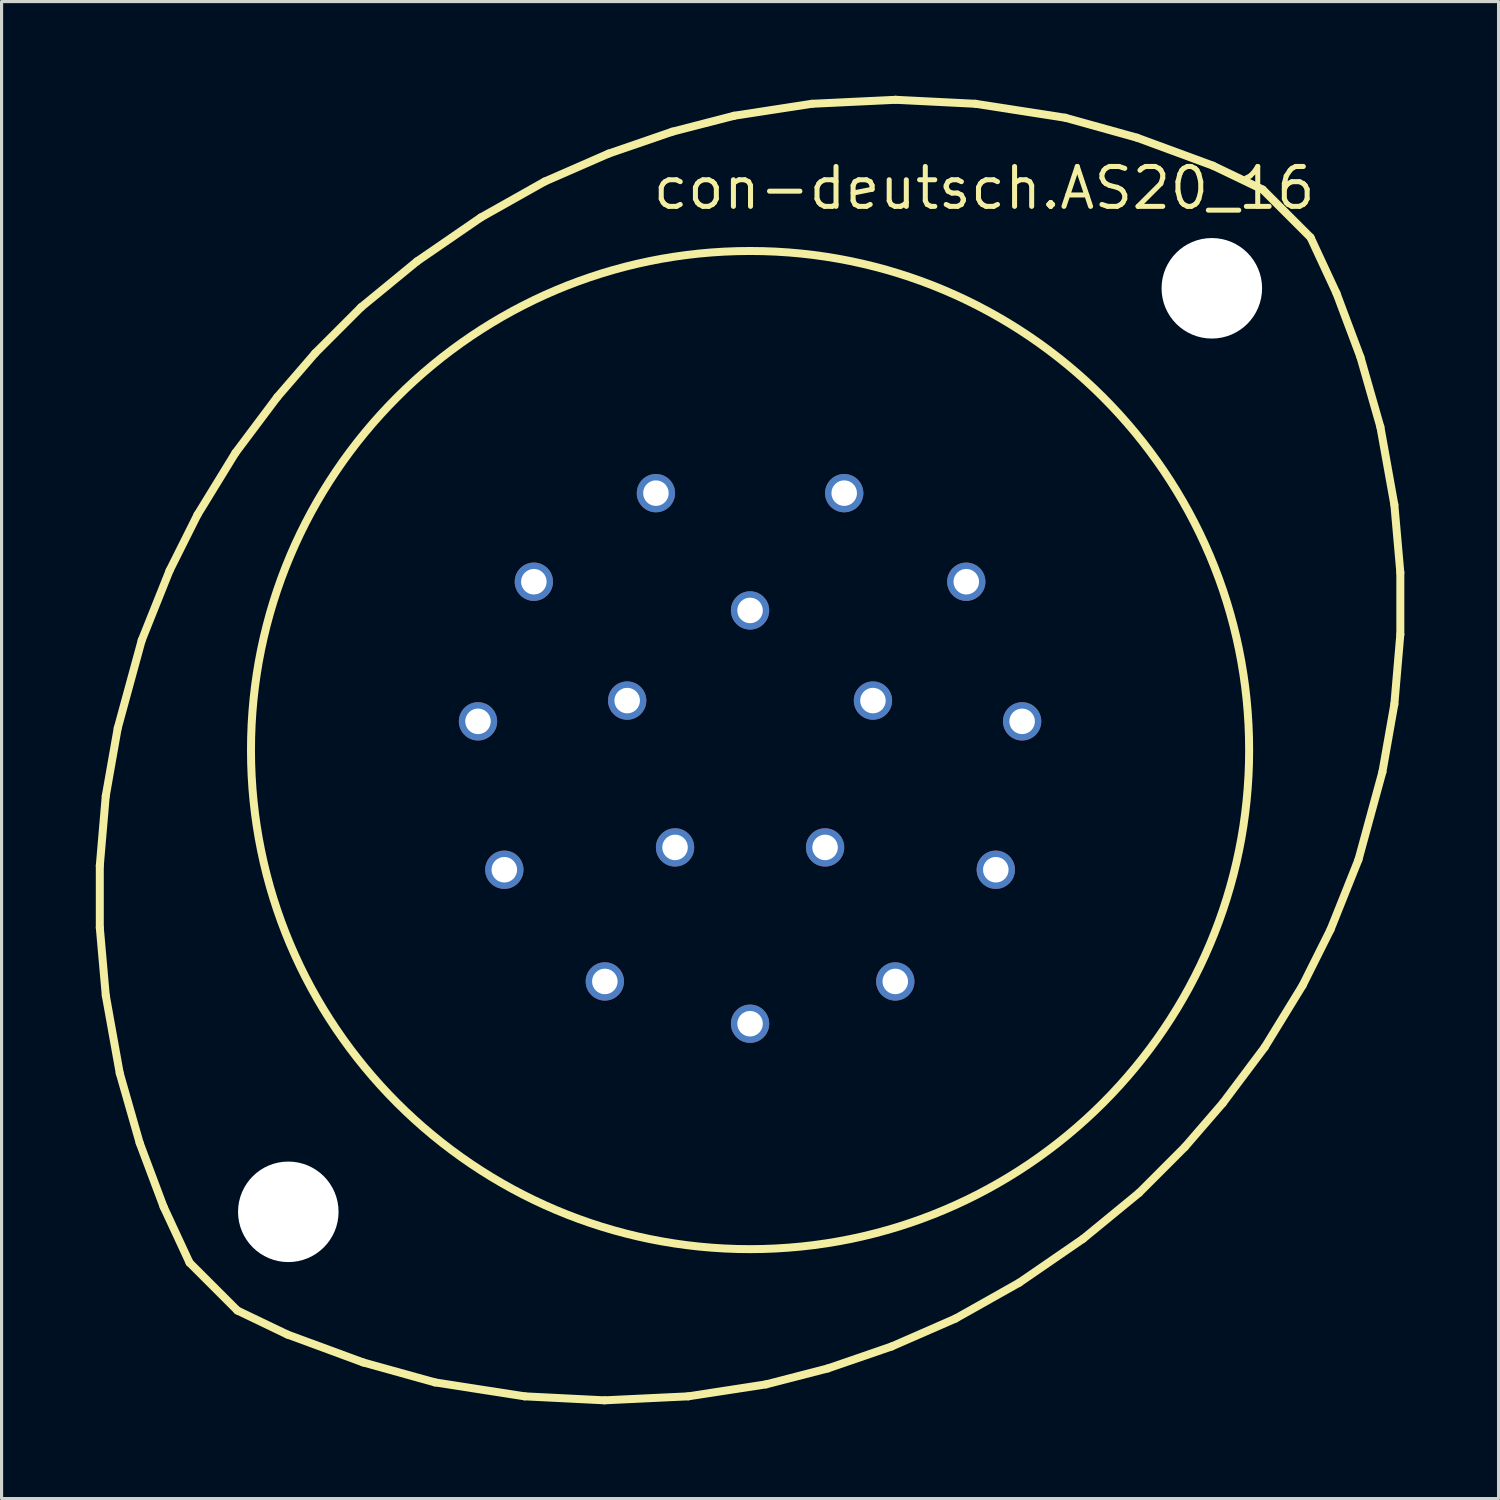
<source format=kicad_pcb>
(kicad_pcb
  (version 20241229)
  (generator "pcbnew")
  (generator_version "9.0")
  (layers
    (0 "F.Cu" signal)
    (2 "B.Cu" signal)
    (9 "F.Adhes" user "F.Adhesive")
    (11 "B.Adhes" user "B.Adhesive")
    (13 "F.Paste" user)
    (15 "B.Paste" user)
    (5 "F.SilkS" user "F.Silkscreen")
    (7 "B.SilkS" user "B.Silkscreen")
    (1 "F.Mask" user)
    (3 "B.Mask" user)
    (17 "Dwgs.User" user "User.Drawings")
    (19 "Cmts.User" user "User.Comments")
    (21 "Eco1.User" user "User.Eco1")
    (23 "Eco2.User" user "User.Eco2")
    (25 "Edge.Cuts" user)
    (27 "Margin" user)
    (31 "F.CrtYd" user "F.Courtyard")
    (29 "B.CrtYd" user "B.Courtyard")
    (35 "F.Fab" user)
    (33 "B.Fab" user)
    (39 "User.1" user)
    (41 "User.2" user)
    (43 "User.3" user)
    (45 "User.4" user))
  (footprint "con-deutsch.AS20_16"
    (layer "F.Cu")
    (at 20.828 20.828)
    (property "Reference" "con-deutsch.AS20_16" (at -3.175 -17.145 0) (layer "F.SilkS") (effects (font (size 1.27 1.27) (thickness 0.16)) (justify left bottom)))
    (attr through_hole)
    (fp_line (start -20.701 3.683) (end -20.511 1.46) (stroke (width 0.254) (type default)) (layer "F.SilkS"))
    (fp_line (start -20.701 5.652) (end -20.701 3.683) (stroke (width 0.254) (type default)) (layer "F.SilkS"))
    (fp_line (start -20.511 1.46) (end -20.13 -0.699) (stroke (width 0.254) (type default)) (layer "F.SilkS"))
    (fp_line (start -20.511 7.811) (end -20.701 5.652) (stroke (width 0.254) (type default)) (layer "F.SilkS"))
    (fp_line (start -20.13 -0.699) (end -19.367 -3.493) (stroke (width 0.254) (type default)) (layer "F.SilkS"))
    (fp_line (start -20.066 10.287) (end -20.511 7.811) (stroke (width 0.254) (type default)) (layer "F.SilkS"))
    (fp_line (start -19.431 12.509) (end -20.066 10.287) (stroke (width 0.254) (type default)) (layer "F.SilkS"))
    (fp_line (start -19.367 -3.493) (end -18.479 -5.715) (stroke (width 0.254) (type default)) (layer "F.SilkS"))
    (fp_line (start -18.669 14.541) (end -19.431 12.509) (stroke (width 0.254) (type default)) (layer "F.SilkS"))
    (fp_line (start -18.479 -5.715) (end -17.59 -7.493) (stroke (width 0.254) (type default)) (layer "F.SilkS"))
    (fp_line (start -17.843 16.32) (end -18.669 14.541) (stroke (width 0.254) (type default)) (layer "F.SilkS"))
    (fp_line (start -17.843 16.32) (end -16.32 17.843) (stroke (width 0.254) (type default)) (layer "F.SilkS"))
    (fp_line (start -17.59 -7.493) (end -16.383 -9.461) (stroke (width 0.254) (type default)) (layer "F.SilkS"))
    (fp_line (start -16.383 -9.461) (end -15.05 -11.239) (stroke (width 0.254) (type default)) (layer "F.SilkS"))
    (fp_line (start -15.05 -11.239) (end -13.843 -12.636) (stroke (width 0.254) (type default)) (layer "F.SilkS"))
    (fp_line (start -14.732 18.605) (end -16.32 17.843) (stroke (width 0.254) (type default)) (layer "F.SilkS"))
    (fp_line (start -13.843 -12.636) (end -12.383 -14.097) (stroke (width 0.254) (type default)) (layer "F.SilkS"))
    (fp_line (start -12.383 -14.097) (end -10.604 -15.557) (stroke (width 0.254) (type default)) (layer "F.SilkS"))
    (fp_line (start -12.319 19.494) (end -14.732 18.605) (stroke (width 0.254) (type default)) (layer "F.SilkS"))
    (fp_line (start -10.604 -15.557) (end -8.572 -16.954) (stroke (width 0.254) (type default)) (layer "F.SilkS"))
    (fp_line (start -10.033 20.13) (end -12.319 19.494) (stroke (width 0.254) (type default)) (layer "F.SilkS"))
    (fp_line (start -8.572 -16.954) (end -6.54 -18.098) (stroke (width 0.254) (type default)) (layer "F.SilkS"))
    (fp_line (start -7.176 20.574) (end -10.033 20.13) (stroke (width 0.254) (type default)) (layer "F.SilkS"))
    (fp_line (start -6.54 -18.098) (end -4.508 -18.986) (stroke (width 0.254) (type default)) (layer "F.SilkS"))
    (fp_line (start -4.636 20.701) (end -7.176 20.574) (stroke (width 0.254) (type default)) (layer "F.SilkS"))
    (fp_line (start -4.508 -18.986) (end -2.477 -19.685) (stroke (width 0.254) (type default)) (layer "F.SilkS"))
    (fp_line (start -2.477 -19.685) (end -0.508 -20.193) (stroke (width 0.254) (type default)) (layer "F.SilkS"))
    (fp_line (start -1.968 20.574) (end -4.636 20.701) (stroke (width 0.254) (type default)) (layer "F.SilkS"))
    (fp_line (start -0.508 -20.193) (end 1.968 -20.574) (stroke (width 0.254) (type default)) (layer "F.SilkS"))
    (fp_line (start 0.508 20.193) (end -1.968 20.574) (stroke (width 0.254) (type default)) (layer "F.SilkS"))
    (fp_line (start 1.968 -20.574) (end 4.636 -20.701) (stroke (width 0.254) (type default)) (layer "F.SilkS"))
    (fp_line (start 2.477 19.685) (end 0.508 20.193) (stroke (width 0.254) (type default)) (layer "F.SilkS"))
    (fp_line (start 4.508 18.986) (end 2.477 19.685) (stroke (width 0.254) (type default)) (layer "F.SilkS"))
    (fp_line (start 4.636 -20.701) (end 7.176 -20.574) (stroke (width 0.254) (type default)) (layer "F.SilkS"))
    (fp_line (start 6.54 18.098) (end 4.508 18.986) (stroke (width 0.254) (type default)) (layer "F.SilkS"))
    (fp_line (start 7.176 -20.574) (end 10.033 -20.13) (stroke (width 0.254) (type default)) (layer "F.SilkS"))
    (fp_line (start 8.572 16.954) (end 6.54 18.098) (stroke (width 0.254) (type default)) (layer "F.SilkS"))
    (fp_line (start 10.033 -20.13) (end 12.319 -19.494) (stroke (width 0.254) (type default)) (layer "F.SilkS"))
    (fp_line (start 10.604 15.557) (end 8.572 16.954) (stroke (width 0.254) (type default)) (layer "F.SilkS"))
    (fp_line (start 12.319 -19.494) (end 14.732 -18.605) (stroke (width 0.254) (type default)) (layer "F.SilkS"))
    (fp_line (start 12.383 14.097) (end 10.604 15.557) (stroke (width 0.254) (type default)) (layer "F.SilkS"))
    (fp_line (start 13.843 12.636) (end 12.383 14.097) (stroke (width 0.254) (type default)) (layer "F.SilkS"))
    (fp_line (start 14.732 -18.605) (end 16.32 -17.843) (stroke (width 0.254) (type default)) (layer "F.SilkS"))
    (fp_line (start 15.05 11.239) (end 13.843 12.636) (stroke (width 0.254) (type default)) (layer "F.SilkS"))
    (fp_line (start 16.32 -17.843) (end 17.843 -16.32) (stroke (width 0.254) (type default)) (layer "F.SilkS"))
    (fp_line (start 16.383 9.461) (end 15.05 11.239) (stroke (width 0.254) (type default)) (layer "F.SilkS"))
    (fp_line (start 17.59 7.493) (end 16.383 9.461) (stroke (width 0.254) (type default)) (layer "F.SilkS"))
    (fp_line (start 17.843 -16.32) (end 18.669 -14.541) (stroke (width 0.254) (type default)) (layer "F.SilkS"))
    (fp_line (start 18.479 5.715) (end 17.59 7.493) (stroke (width 0.254) (type default)) (layer "F.SilkS"))
    (fp_line (start 18.669 -14.541) (end 19.431 -12.509) (stroke (width 0.254) (type default)) (layer "F.SilkS"))
    (fp_line (start 19.367 3.493) (end 18.479 5.715) (stroke (width 0.254) (type default)) (layer "F.SilkS"))
    (fp_line (start 19.431 -12.509) (end 20.066 -10.287) (stroke (width 0.254) (type default)) (layer "F.SilkS"))
    (fp_line (start 20.066 -10.287) (end 20.511 -7.811) (stroke (width 0.254) (type default)) (layer "F.SilkS"))
    (fp_line (start 20.13 0.699) (end 19.367 3.493) (stroke (width 0.254) (type default)) (layer "F.SilkS"))
    (fp_line (start 20.511 -7.811) (end 20.701 -5.652) (stroke (width 0.254) (type default)) (layer "F.SilkS"))
    (fp_line (start 20.511 -1.46) (end 20.13 0.699) (stroke (width 0.254) (type default)) (layer "F.SilkS"))
    (fp_line (start 20.701 -5.652) (end 20.701 -3.683) (stroke (width 0.254) (type default)) (layer "F.SilkS"))
    (fp_line (start 20.701 -3.683) (end 20.511 -1.46) (stroke (width 0.254) (type default)) (layer "F.SilkS"))
    (fp_circle (center 0 0) (end 15.888 0) (stroke (width 0.254) (type default)) (fill no) (layer "F.SilkS"))
    (pad "" np_thru_hole circle (at -14.7 14.7) (size 3.2 3.2) (drill 3.2) (layers "*.Cu" "*.Mask"))
    (pad "" np_thru_hole circle (at 14.7 -14.7) (size 3.2 3.2) (drill 3.2) (layers "*.Cu" "*.Mask"))
    (pad "A" thru_hole circle (at 2.997 -8.179) (size 1.219 1.219) (drill 0.813) (layers "*.Cu" "*.Mask"))
    (pad "B" thru_hole circle (at 6.883 -5.359) (size 1.219 1.219) (drill 0.813) (layers "*.Cu" "*.Mask"))
    (pad "C" thru_hole circle (at 8.661 -0.914) (size 1.219 1.219) (drill 0.813) (layers "*.Cu" "*.Mask"))
    (pad "D" thru_hole circle (at 7.823 3.81) (size 1.219 1.219) (drill 0.813) (layers "*.Cu" "*.Mask"))
    (pad "E" thru_hole circle (at 4.623 7.366) (size 1.219 1.219) (drill 0.813) (layers "*.Cu" "*.Mask"))
    (pad "F" thru_hole circle (at 0 8.712) (size 1.219 1.219) (drill 0.813) (layers "*.Cu" "*.Mask"))
    (pad "G" thru_hole circle (at -4.623 7.366) (size 1.219 1.219) (drill 0.813) (layers "*.Cu" "*.Mask"))
    (pad "H" thru_hole circle (at -7.823 3.81) (size 1.219 1.219) (drill 0.813) (layers "*.Cu" "*.Mask"))
    (pad "J" thru_hole circle (at -8.661 -0.914) (size 1.219 1.219) (drill 0.813) (layers "*.Cu" "*.Mask"))
    (pad "K" thru_hole circle (at -6.883 -5.359) (size 1.219 1.219) (drill 0.813) (layers "*.Cu" "*.Mask"))
    (pad "L" thru_hole circle (at -2.997 -8.179) (size 1.219 1.219) (drill 0.813) (layers "*.Cu" "*.Mask"))
    (pad "M" thru_hole circle (at 0 -4.445) (size 1.219 1.219) (drill 0.813) (layers "*.Cu" "*.Mask"))
    (pad "N" thru_hole circle (at 3.912 -1.575) (size 1.219 1.219) (drill 0.813) (layers "*.Cu" "*.Mask"))
    (pad "P" thru_hole circle (at 2.388 3.099) (size 1.219 1.219) (drill 0.813) (layers "*.Cu" "*.Mask"))
    (pad "R" thru_hole circle (at -2.388 3.099) (size 1.219 1.219) (drill 0.813) (layers "*.Cu" "*.Mask"))
    (pad "S" thru_hole circle (at -3.912 -1.575) (size 1.219 1.219) (drill 0.813) (layers "*.Cu" "*.Mask")))
  (gr_rect
    (start -3 -3)
    (end 44.656 44.656)
    (stroke (width 0.1) (type default))
    (fill no)
    (layer "Edge.Cuts")))
</source>
